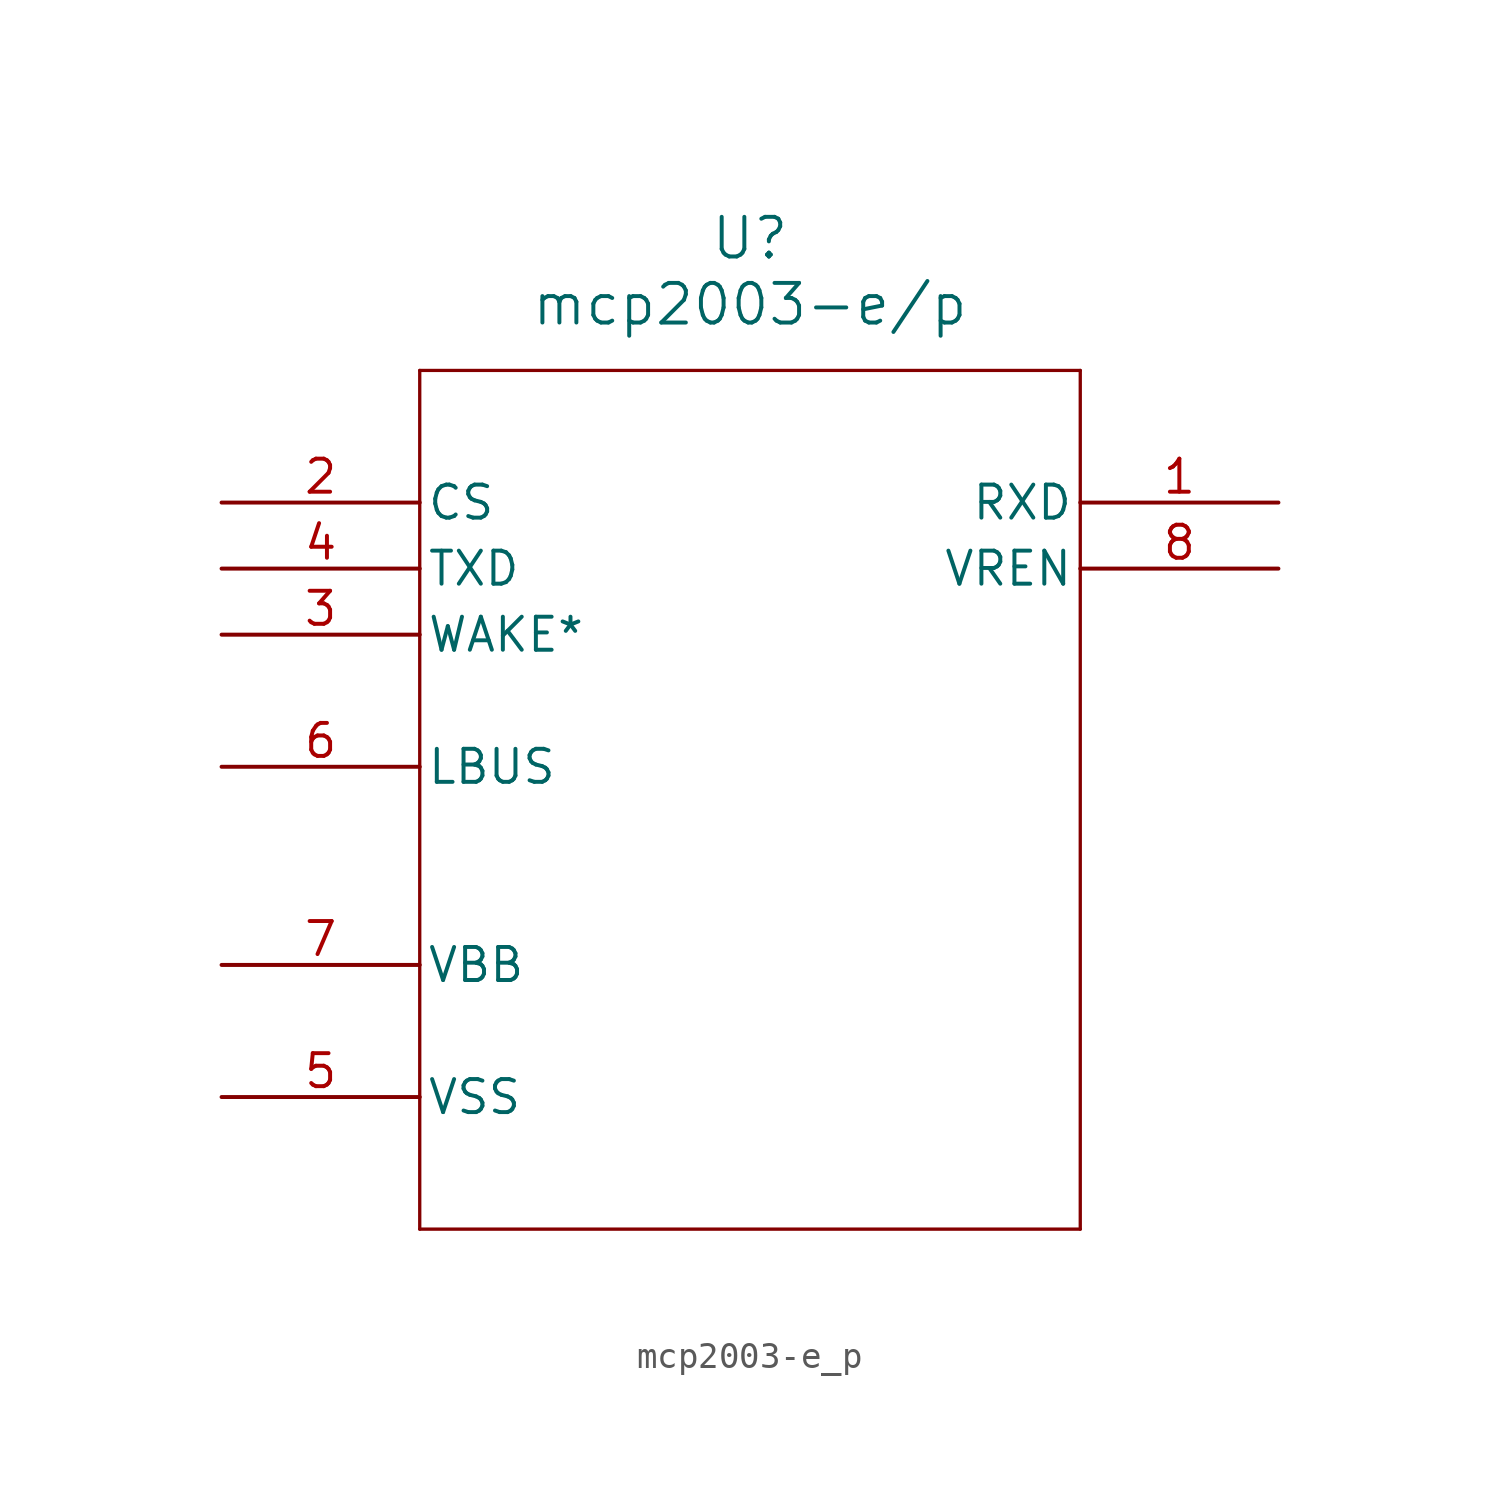
<source format=kicad_sym>
(kicad_symbol_lib
  (version 20211014)
  (generator kicad_symbol_editor)
  (symbol "mcp2003-e_p"
    (pin_names
      (offset 0.254))
    (property "Reference" "U"
      (at 20.32 10.16 0)
      (effects (font (size 1.524 1.524))))
    (property "Value" "mcp2003-e/p"
      (at 20.32 7.62 0)
      (effects (font (size 1.524 1.524))))
    (symbol "mcp2003-e_p_0_1"
      (polyline (pts (xy 7.62 5.08) (xy 7.62 -27.94)) (stroke (width 0.127) (type default) (color 0 0 0 0)) (fill (type none)))
      (polyline (pts (xy 7.62 -27.94) (xy 33.02 -27.94)) (stroke (width 0.127) (type default) (color 0 0 0 0)) (fill (type none)))
      (polyline (pts (xy 33.02 -27.94) (xy 33.02 5.08)) (stroke (width 0.127) (type default) (color 0 0 0 0)) (fill (type none)))
      (polyline (pts (xy 33.02 5.08) (xy 7.62 5.08)) (stroke (width 0.127) (type default) (color 0 0 0 0)) (fill (type none)))
      (pin output line (at 40.64 0 180) (length 7.62) (name "RXD" (effects (font (size 1.27 1.27)))) (number "1" (effects (font (size 1.27 1.27)))))
      (pin input line (at 0 0 0) (length 7.62) (name "CS" (effects (font (size 1.27 1.27)))) (number "2" (effects (font (size 1.27 1.27)))))
      (pin input line (at 0 -5.08 0) (length 7.62) (name "WAKE*" (effects (font (size 1.27 1.27)))) (number "3" (effects (font (size 1.27 1.27)))))
      (pin input line (at 0 -2.54 0) (length 7.62) (name "TXD" (effects (font (size 1.27 1.27)))) (number "4" (effects (font (size 1.27 1.27)))))
      (pin power_in line (at 0 -22.86 0) (length 7.62) (name "VSS" (effects (font (size 1.27 1.27)))) (number "5" (effects (font (size 1.27 1.27)))))
      (pin bidirectional line (at 0 -10.16 0) (length 7.62) (name "LBUS" (effects (font (size 1.27 1.27)))) (number "6" (effects (font (size 1.27 1.27)))))
      (pin power_in line (at 0 -17.78 0) (length 7.62) (name "VBB" (effects (font (size 1.27 1.27)))) (number "7" (effects (font (size 1.27 1.27)))))
      (pin output line (at 40.64 -2.54 180) (length 7.62) (name "VREN" (effects (font (size 1.27 1.27)))) (number "8" (effects (font (size 1.27 1.27))))))))
</source>
